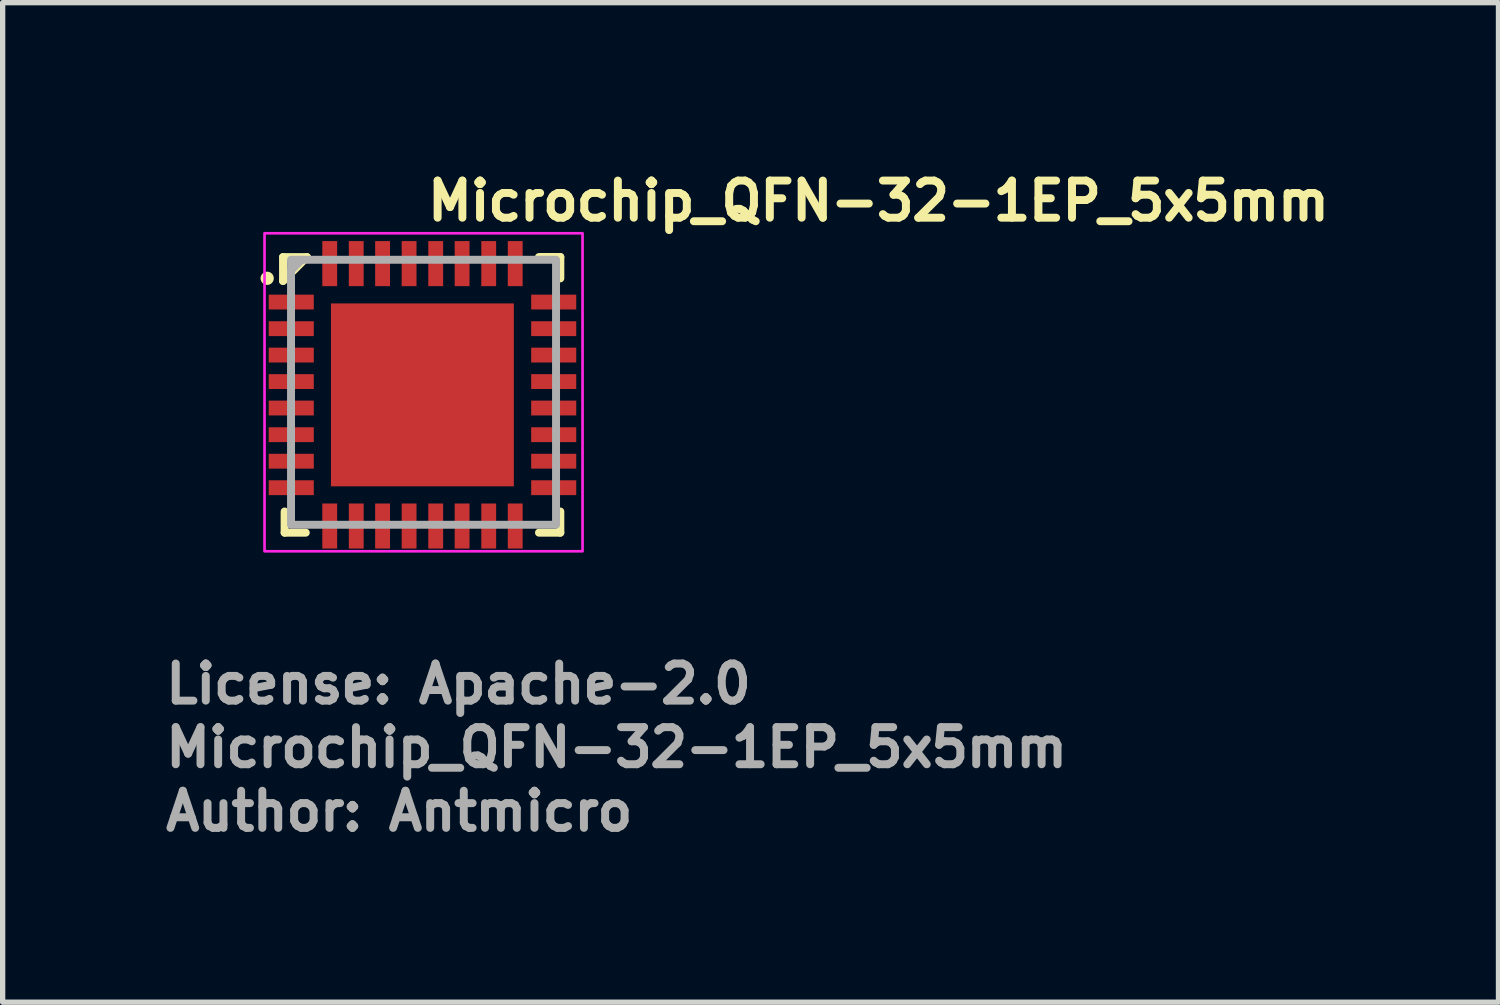
<source format=kicad_pcb>
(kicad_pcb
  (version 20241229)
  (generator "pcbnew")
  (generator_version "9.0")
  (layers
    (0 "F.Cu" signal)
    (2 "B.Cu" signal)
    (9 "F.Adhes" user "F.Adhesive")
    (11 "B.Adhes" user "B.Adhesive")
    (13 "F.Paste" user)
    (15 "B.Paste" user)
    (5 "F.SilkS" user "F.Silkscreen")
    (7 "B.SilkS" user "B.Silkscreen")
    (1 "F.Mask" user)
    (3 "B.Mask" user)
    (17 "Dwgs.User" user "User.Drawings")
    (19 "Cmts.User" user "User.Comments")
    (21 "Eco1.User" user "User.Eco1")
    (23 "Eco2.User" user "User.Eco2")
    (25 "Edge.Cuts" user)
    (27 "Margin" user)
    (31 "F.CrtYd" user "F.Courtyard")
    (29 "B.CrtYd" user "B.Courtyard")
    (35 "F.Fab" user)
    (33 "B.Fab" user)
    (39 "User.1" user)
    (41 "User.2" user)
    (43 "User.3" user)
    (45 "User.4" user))
  (footprint "Microchip_QFN-32-1EP_5x5mm"
    (layer "F.Cu")
    (at 4.94 4.35)
    (property "Reference" "Microchip_QFN-32-1EP_5x5mm" (at 0 -3.2 0) (layer "F.SilkS") (effects (font (size 0.7 0.7) (thickness 0.15)) (justify left bottom)))
    (attr smd)
    (fp_line (start -2.651 -2.55) (end -2.651 -2.1) (stroke (width 0.15) (type solid)) (layer "F.SilkS"))
    (fp_line (start -2.651 -2.55) (end -2.2 -2.55) (stroke (width 0.15) (type solid)) (layer "F.SilkS"))
    (fp_line (start -2.621 2.648) (end -2.621 2.249) (stroke (width 0.15) (type solid)) (layer "F.SilkS"))
    (fp_line (start -2.222 2.648) (end -2.621 2.648) (stroke (width 0.15) (type solid)) (layer "F.SilkS"))
    (fp_line (start -2.2 -2.55) (end -2.651 -2.1) (stroke (width 0.15) (type solid)) (layer "F.SilkS"))
    (fp_line (start 2.58 -2.552) (end 2.177 -2.552) (stroke (width 0.15) (type solid)) (layer "F.SilkS"))
    (fp_line (start 2.58 -2.552) (end 2.58 -2.149) (stroke (width 0.15) (type solid)) (layer "F.SilkS"))
    (fp_line (start 2.58 2.249) (end 2.58 2.648) (stroke (width 0.15) (type solid)) (layer "F.SilkS"))
    (fp_line (start 2.58 2.648) (end 2.177 2.648) (stroke (width 0.15) (type solid)) (layer "F.SilkS"))
    (fp_circle (center -2.95 -2.15) (end -2.9 -2.15) (stroke (width 0.15) (type solid)) (fill yes) (layer "F.SilkS"))
    (fp_rect (start -3 -3) (end 2.999 2.999) (stroke (width 0.05) (type solid)) (fill no) (layer "F.CrtYd"))
    (fp_line (start -2.5 -2.299) (end -2.299 -2.5) (stroke (width 0.15) (type solid)) (layer "F.Fab"))
    (fp_rect (start -2.5 -2.5) (end 2.499 2.499) (stroke (width 0.15) (type solid)) (fill no) (layer "F.Fab"))
    (fp_rect (start -2.5 -2.5) (end 2.499 2.499) (stroke (width 0.1) (type solid)) (fill no) (layer "User.5"))
    (fp_line (start -2.5 -2.5) (end -2.5 2.499) (stroke (width 0.02) (type solid)) (layer "User.9"))
    (fp_line (start -2.5 -1.875) (end -2.5 -1.875) (stroke (width 0.02) (type solid)) (layer "User.9"))
    (fp_line (start -2.5 -1.625) (end -2.5 -1.875) (stroke (width 0.02) (type solid)) (layer "User.9"))
    (fp_line (start -2.5 -1.625) (end -2.5 -1.625) (stroke (width 0.02) (type solid)) (layer "User.9"))
    (fp_line (start -2.5 -1.375) (end -2.5 -1.375) (stroke (width 0.02) (type solid)) (layer "User.9"))
    (fp_line (start -2.5 -1.125) (end -2.5 -1.375) (stroke (width 0.02) (type solid)) (layer "User.9"))
    (fp_line (start -2.5 -1.125) (end -2.5 -1.125) (stroke (width 0.02) (type solid)) (layer "User.9"))
    (fp_line (start -2.5 -0.875) (end -2.5 -0.875) (stroke (width 0.02) (type solid)) (layer "User.9"))
    (fp_line (start -2.5 -0.625) (end -2.5 -0.875) (stroke (width 0.02) (type solid)) (layer "User.9"))
    (fp_line (start -2.5 -0.625) (end -2.5 -0.625) (stroke (width 0.02) (type solid)) (layer "User.9"))
    (fp_line (start -2.5 -0.375) (end -2.5 -0.375) (stroke (width 0.02) (type solid)) (layer "User.9"))
    (fp_line (start -2.5 -0.125) (end -2.5 -0.375) (stroke (width 0.02) (type solid)) (layer "User.9"))
    (fp_line (start -2.5 -0.125) (end -2.5 -0.125) (stroke (width 0.02) (type solid)) (layer "User.9"))
    (fp_line (start -2.5 0.122) (end -2.5 0.122) (stroke (width 0.02) (type solid)) (layer "User.9"))
    (fp_line (start -2.5 0.372) (end -2.5 0.122) (stroke (width 0.02) (type solid)) (layer "User.9"))
    (fp_line (start -2.5 0.372) (end -2.5 0.372) (stroke (width 0.02) (type solid)) (layer "User.9"))
    (fp_line (start -2.5 0.622) (end -2.5 0.622) (stroke (width 0.02) (type solid)) (layer "User.9"))
    (fp_line (start -2.5 0.872) (end -2.5 0.622) (stroke (width 0.02) (type solid)) (layer "User.9"))
    (fp_line (start -2.5 0.872) (end -2.5 0.872) (stroke (width 0.02) (type solid)) (layer "User.9"))
    (fp_line (start -2.5 1.124) (end -2.5 1.124) (stroke (width 0.02) (type solid)) (layer "User.9"))
    (fp_line (start -2.5 1.374) (end -2.5 1.124) (stroke (width 0.02) (type solid)) (layer "User.9"))
    (fp_line (start -2.5 1.374) (end -2.5 1.374) (stroke (width 0.02) (type solid)) (layer "User.9"))
    (fp_line (start -2.5 1.624) (end -2.5 1.624) (stroke (width 0.02) (type solid)) (layer "User.9"))
    (fp_line (start -2.5 1.874) (end -2.5 1.624) (stroke (width 0.02) (type solid)) (layer "User.9"))
    (fp_line (start -2.5 1.874) (end -2.5 1.874) (stroke (width 0.02) (type solid)) (layer "User.9"))
    (fp_line (start -2.5 2.499) (end 2.499 2.499) (stroke (width 0.02) (type solid)) (layer "User.9"))
    (fp_line (start -2 -1.873) (end -2 -1.867) (stroke (width 0.02) (type solid)) (layer "User.9"))
    (fp_line (start -2 -1.867) (end -2 -1.859) (stroke (width 0.02) (type solid)) (layer "User.9"))
    (fp_line (start -2 -1.859) (end -2 -1.851) (stroke (width 0.02) (type solid)) (layer "User.9"))
    (fp_line (start -2 -1.851) (end -2 -1.851) (stroke (width 0.02) (type solid)) (layer "User.9"))
    (fp_line (start -2 -1.851) (end -2 -1.843) (stroke (width 0.02) (type solid)) (layer "User.9"))
    (fp_line (start -2 -1.843) (end -2 -1.835) (stroke (width 0.02) (type solid)) (layer "User.9"))
    (fp_line (start -2 -1.835) (end -2 -1.829) (stroke (width 0.02) (type solid)) (layer "User.9"))
    (fp_line (start -2 -1.829) (end -1.998 -1.821) (stroke (width 0.02) (type solid)) (layer "User.9"))
    (fp_line (start -1.998 -1.881) (end -2 -1.873) (stroke (width 0.02) (type solid)) (layer "User.9"))
    (fp_line (start -1.998 -1.821) (end -1.996 -1.813) (stroke (width 0.02) (type solid)) (layer "User.9"))
    (fp_line (start -1.996 -1.889) (end -1.998 -1.881) (stroke (width 0.02) (type solid)) (layer "User.9"))
    (fp_line (start -1.996 -1.813) (end -1.994 -1.807) (stroke (width 0.02) (type solid)) (layer "User.9"))
    (fp_line (start -1.994 -1.895) (end -1.996 -1.889) (stroke (width 0.02) (type solid)) (layer "User.9"))
    (fp_line (start -1.994 -1.807) (end -1.992 -1.799) (stroke (width 0.02) (type solid)) (layer "User.9"))
    (fp_line (start -1.992 -1.903) (end -1.994 -1.895) (stroke (width 0.02) (type solid)) (layer "User.9"))
    (fp_line (start -1.992 -1.799) (end -1.99 -1.792) (stroke (width 0.02) (type solid)) (layer "User.9"))
    (fp_line (start -1.99 -1.909) (end -1.992 -1.903) (stroke (width 0.02) (type solid)) (layer "User.9"))
    (fp_line (start -1.99 -1.792) (end -1.986 -1.786) (stroke (width 0.02) (type solid)) (layer "User.9"))
    (fp_line (start -1.986 -1.917) (end -1.99 -1.909) (stroke (width 0.02) (type solid)) (layer "User.9"))
    (fp_line (start -1.986 -1.786) (end -1.982 -1.78) (stroke (width 0.02) (type solid)) (layer "User.9"))
    (fp_line (start -1.982 -1.922) (end -1.986 -1.917) (stroke (width 0.02) (type solid)) (layer "User.9"))
    (fp_line (start -1.982 -1.78) (end -1.98 -1.774) (stroke (width 0.02) (type solid)) (layer "User.9"))
    (fp_line (start -1.98 -1.928) (end -1.982 -1.922) (stroke (width 0.02) (type solid)) (layer "User.9"))
    (fp_line (start -1.98 -1.774) (end -1.976 -1.768) (stroke (width 0.02) (type solid)) (layer "User.9"))
    (fp_line (start -1.976 -1.934) (end -1.98 -1.928) (stroke (width 0.02) (type solid)) (layer "User.9"))
    (fp_line (start -1.976 -1.768) (end -1.972 -1.762) (stroke (width 0.02) (type solid)) (layer "User.9"))
    (fp_line (start -1.972 -1.94) (end -1.976 -1.934) (stroke (width 0.02) (type solid)) (layer "User.9"))
    (fp_line (start -1.972 -1.762) (end -1.966 -1.756) (stroke (width 0.02) (type solid)) (layer "User.9"))
    (fp_line (start -1.966 -1.946) (end -1.972 -1.94) (stroke (width 0.02) (type solid)) (layer "User.9"))
    (fp_line (start -1.966 -1.756) (end -1.962 -1.75) (stroke (width 0.02) (type solid)) (layer "User.9"))
    (fp_line (start -1.962 -1.952) (end -1.966 -1.946) (stroke (width 0.02) (type solid)) (layer "User.9"))
    (fp_line (start -1.962 -1.75) (end -1.958 -1.744) (stroke (width 0.02) (type solid)) (layer "User.9"))
    (fp_line (start -1.958 -1.958) (end -1.962 -1.952) (stroke (width 0.02) (type solid)) (layer "User.9"))
    (fp_line (start -1.958 -1.744) (end -1.952 -1.74) (stroke (width 0.02) (type solid)) (layer "User.9"))
    (fp_line (start -1.952 -1.962) (end -1.958 -1.958) (stroke (width 0.02) (type solid)) (layer "User.9"))
    (fp_line (start -1.952 -1.74) (end -1.946 -1.736) (stroke (width 0.02) (type solid)) (layer "User.9"))
    (fp_line (start -1.946 -1.966) (end -1.952 -1.962) (stroke (width 0.02) (type solid)) (layer "User.9"))
    (fp_line (start -1.946 -1.736) (end -1.94 -1.73) (stroke (width 0.02) (type solid)) (layer "User.9"))
    (fp_line (start -1.94 -1.972) (end -1.946 -1.966) (stroke (width 0.02) (type solid)) (layer "User.9"))
    (fp_line (start -1.94 -1.73) (end -1.934 -1.726) (stroke (width 0.02) (type solid)) (layer "User.9"))
    (fp_line (start -1.934 -1.976) (end -1.94 -1.972) (stroke (width 0.02) (type solid)) (layer "User.9"))
    (fp_line (start -1.934 -1.726) (end -1.928 -1.722) (stroke (width 0.02) (type solid)) (layer "User.9"))
    (fp_line (start -1.928 -1.98) (end -1.934 -1.976) (stroke (width 0.02) (type solid)) (layer "User.9"))
    (fp_line (start -1.928 -1.722) (end -1.922 -1.72) (stroke (width 0.02) (type solid)) (layer "User.9"))
    (fp_line (start -1.922 -1.982) (end -1.928 -1.98) (stroke (width 0.02) (type solid)) (layer "User.9"))
    (fp_line (start -1.922 -1.72) (end -1.917 -1.716) (stroke (width 0.02) (type solid)) (layer "User.9"))
    (fp_line (start -1.917 -1.986) (end -1.922 -1.982) (stroke (width 0.02) (type solid)) (layer "User.9"))
    (fp_line (start -1.917 -1.716) (end -1.909 -1.712) (stroke (width 0.02) (type solid)) (layer "User.9"))
    (fp_line (start -1.909 -1.99) (end -1.917 -1.986) (stroke (width 0.02) (type solid)) (layer "User.9"))
    (fp_line (start -1.909 -1.712) (end -1.903 -1.71) (stroke (width 0.02) (type solid)) (layer "User.9"))
    (fp_line (start -1.903 -1.992) (end -1.909 -1.99) (stroke (width 0.02) (type solid)) (layer "User.9"))
    (fp_line (start -1.903 -1.71) (end -1.895 -1.708) (stroke (width 0.02) (type solid)) (layer "User.9"))
    (fp_line (start -1.895 -1.994) (end -1.903 -1.992) (stroke (width 0.02) (type solid)) (layer "User.9"))
    (fp_line (start -1.895 -1.708) (end -1.889 -1.706) (stroke (width 0.02) (type solid)) (layer "User.9"))
    (fp_line (start -1.889 -1.996) (end -1.895 -1.994) (stroke (width 0.02) (type solid)) (layer "User.9"))
    (fp_line (start -1.889 -1.706) (end -1.881 -1.704) (stroke (width 0.02) (type solid)) (layer "User.9"))
    (fp_line (start -1.881 -1.998) (end -1.889 -1.996) (stroke (width 0.02) (type solid)) (layer "User.9"))
    (fp_line (start -1.881 -1.704) (end -1.873 -1.702) (stroke (width 0.02) (type solid)) (layer "User.9"))
    (fp_line (start -1.875 -2.5) (end -1.875 -2.5) (stroke (width 0.02) (type solid)) (layer "User.9"))
    (fp_line (start -1.875 -2.5) (end -1.625 -2.5) (stroke (width 0.02) (type solid)) (layer "User.9"))
    (fp_line (start -1.875 2.499) (end -1.875 2.499) (stroke (width 0.02) (type solid)) (layer "User.9"))
    (fp_line (start -1.875 2.499) (end -1.625 2.499) (stroke (width 0.02) (type solid)) (layer "User.9"))
    (fp_line (start -1.873 -2) (end -1.881 -1.998) (stroke (width 0.02) (type solid)) (layer "User.9"))
    (fp_line (start -1.873 -1.702) (end -1.867 -1.702) (stroke (width 0.02) (type solid)) (layer "User.9"))
    (fp_line (start -1.867 -2) (end -1.873 -2) (stroke (width 0.02) (type solid)) (layer "User.9"))
    (fp_line (start -1.867 -1.702) (end -1.859 -1.702) (stroke (width 0.02) (type solid)) (layer "User.9"))
    (fp_line (start -1.859 -2) (end -1.867 -2) (stroke (width 0.02) (type solid)) (layer "User.9"))
    (fp_line (start -1.859 -1.702) (end -1.851 -1.702) (stroke (width 0.02) (type solid)) (layer "User.9"))
    (fp_line (start -1.851 -2) (end -1.859 -2) (stroke (width 0.02) (type solid)) (layer "User.9"))
    (fp_line (start -1.851 -1.702) (end -1.843 -1.702) (stroke (width 0.02) (type solid)) (layer "User.9"))
    (fp_line (start -1.843 -2) (end -1.851 -2) (stroke (width 0.02) (type solid)) (layer "User.9"))
    (fp_line (start -1.843 -1.702) (end -1.835 -1.702) (stroke (width 0.02) (type solid)) (layer "User.9"))
    (fp_line (start -1.835 -2) (end -1.843 -2) (stroke (width 0.02) (type solid)) (layer "User.9"))
    (fp_line (start -1.835 -1.702) (end -1.829 -1.702) (stroke (width 0.02) (type solid)) (layer "User.9"))
    (fp_line (start -1.829 -2) (end -1.835 -2) (stroke (width 0.02) (type solid)) (layer "User.9"))
    (fp_line (start -1.829 -1.702) (end -1.821 -1.704) (stroke (width 0.02) (type solid)) (layer "User.9"))
    (fp_line (start -1.821 -1.998) (end -1.829 -2) (stroke (width 0.02) (type solid)) (layer "User.9"))
    (fp_line (start -1.821 -1.704) (end -1.813 -1.706) (stroke (width 0.02) (type solid)) (layer "User.9"))
    (fp_line (start -1.813 -1.996) (end -1.821 -1.998) (stroke (width 0.02) (type solid)) (layer "User.9"))
    (fp_line (start -1.813 -1.706) (end -1.807 -1.708) (stroke (width 0.02) (type solid)) (layer "User.9"))
    (fp_line (start -1.807 -1.994) (end -1.813 -1.996) (stroke (width 0.02) (type solid)) (layer "User.9"))
    (fp_line (start -1.807 -1.708) (end -1.799 -1.71) (stroke (width 0.02) (type solid)) (layer "User.9"))
    (fp_line (start -1.799 -1.992) (end -1.807 -1.994) (stroke (width 0.02) (type solid)) (layer "User.9"))
    (fp_line (start -1.799 -1.71) (end -1.792 -1.712) (stroke (width 0.02) (type solid)) (layer "User.9"))
    (fp_line (start -1.792 -1.99) (end -1.799 -1.992) (stroke (width 0.02) (type solid)) (layer "User.9"))
    (fp_line (start -1.792 -1.712) (end -1.786 -1.716) (stroke (width 0.02) (type solid)) (layer "User.9"))
    (fp_line (start -1.786 -1.986) (end -1.792 -1.99) (stroke (width 0.02) (type solid)) (layer "User.9"))
    (fp_line (start -1.786 -1.716) (end -1.78 -1.72) (stroke (width 0.02) (type solid)) (layer "User.9"))
    (fp_line (start -1.78 -1.982) (end -1.786 -1.986) (stroke (width 0.02) (type solid)) (layer "User.9"))
    (fp_line (start -1.78 -1.72) (end -1.774 -1.722) (stroke (width 0.02) (type solid)) (layer "User.9"))
    (fp_line (start -1.774 -1.98) (end -1.78 -1.982) (stroke (width 0.02) (type solid)) (layer "User.9"))
    (fp_line (start -1.774 -1.722) (end -1.768 -1.726) (stroke (width 0.02) (type solid)) (layer "User.9"))
    (fp_line (start -1.768 -1.976) (end -1.774 -1.98) (stroke (width 0.02) (type solid)) (layer "User.9"))
    (fp_line (start -1.768 -1.726) (end -1.762 -1.73) (stroke (width 0.02) (type solid)) (layer "User.9"))
    (fp_line (start -1.762 -1.972) (end -1.768 -1.976) (stroke (width 0.02) (type solid)) (layer "User.9"))
    (fp_line (start -1.762 -1.73) (end -1.756 -1.736) (stroke (width 0.02) (type solid)) (layer "User.9"))
    (fp_line (start -1.756 -1.966) (end -1.762 -1.972) (stroke (width 0.02) (type solid)) (layer "User.9"))
    (fp_line (start -1.756 -1.736) (end -1.75 -1.74) (stroke (width 0.02) (type solid)) (layer "User.9"))
    (fp_line (start -1.75 -1.962) (end -1.756 -1.966) (stroke (width 0.02) (type solid)) (layer "User.9"))
    (fp_line (start -1.75 -1.74) (end -1.744 -1.744) (stroke (width 0.02) (type solid)) (layer "User.9"))
    (fp_line (start -1.744 -1.958) (end -1.75 -1.962) (stroke (width 0.02) (type solid)) (layer "User.9"))
    (fp_line (start -1.744 -1.744) (end -1.74 -1.75) (stroke (width 0.02) (type solid)) (layer "User.9"))
    (fp_line (start -1.74 -1.952) (end -1.744 -1.958) (stroke (width 0.02) (type solid)) (layer "User.9"))
    (fp_line (start -1.74 -1.75) (end -1.736 -1.756) (stroke (width 0.02) (type solid)) (layer "User.9"))
    (fp_line (start -1.736 -1.946) (end -1.74 -1.952) (stroke (width 0.02) (type solid)) (layer "User.9"))
    (fp_line (start -1.736 -1.756) (end -1.73 -1.762) (stroke (width 0.02) (type solid)) (layer "User.9"))
    (fp_line (start -1.73 -1.94) (end -1.736 -1.946) (stroke (width 0.02) (type solid)) (layer "User.9"))
    (fp_line (start -1.73 -1.762) (end -1.726 -1.768) (stroke (width 0.02) (type solid)) (layer "User.9"))
    (fp_line (start -1.726 -1.934) (end -1.73 -1.94) (stroke (width 0.02) (type solid)) (layer "User.9"))
    (fp_line (start -1.726 -1.768) (end -1.722 -1.774) (stroke (width 0.02) (type solid)) (layer "User.9"))
    (fp_line (start -1.722 -1.928) (end -1.726 -1.934) (stroke (width 0.02) (type solid)) (layer "User.9"))
    (fp_line (start -1.722 -1.774) (end -1.72 -1.78) (stroke (width 0.02) (type solid)) (layer "User.9"))
    (fp_line (start -1.72 -1.922) (end -1.722 -1.928) (stroke (width 0.02) (type solid)) (layer "User.9"))
    (fp_line (start -1.72 -1.78) (end -1.716 -1.786) (stroke (width 0.02) (type solid)) (layer "User.9"))
    (fp_line (start -1.716 -1.917) (end -1.72 -1.922) (stroke (width 0.02) (type solid)) (layer "User.9"))
    (fp_line (start -1.716 -1.786) (end -1.712 -1.792) (stroke (width 0.02) (type solid)) (layer "User.9"))
    (fp_line (start -1.712 -1.909) (end -1.716 -1.917) (stroke (width 0.02) (type solid)) (layer "User.9"))
    (fp_line (start -1.712 -1.792) (end -1.71 -1.799) (stroke (width 0.02) (type solid)) (layer "User.9"))
    (fp_line (start -1.71 -1.903) (end -1.712 -1.909) (stroke (width 0.02) (type solid)) (layer "User.9"))
    (fp_line (start -1.71 -1.799) (end -1.708 -1.807) (stroke (width 0.02) (type solid)) (layer "User.9"))
    (fp_line (start -1.708 -1.895) (end -1.71 -1.903) (stroke (width 0.02) (type solid)) (layer "User.9"))
    (fp_line (start -1.708 -1.807) (end -1.706 -1.813) (stroke (width 0.02) (type solid)) (layer "User.9"))
    (fp_line (start -1.706 -1.889) (end -1.708 -1.895) (stroke (width 0.02) (type solid)) (layer "User.9"))
    (fp_line (start -1.706 -1.813) (end -1.704 -1.821) (stroke (width 0.02) (type solid)) (layer "User.9"))
    (fp_line (start -1.704 -1.881) (end -1.706 -1.889) (stroke (width 0.02) (type solid)) (layer "User.9"))
    (fp_line (start -1.704 -1.821) (end -1.702 -1.829) (stroke (width 0.02) (type solid)) (layer "User.9"))
    (fp_line (start -1.702 -1.873) (end -1.704 -1.881) (stroke (width 0.02) (type solid)) (layer "User.9"))
    (fp_line (start -1.702 -1.867) (end -1.702 -1.873) (stroke (width 0.02) (type solid)) (layer "User.9"))
    (fp_line (start -1.702 -1.859) (end -1.702 -1.867) (stroke (width 0.02) (type solid)) (layer "User.9"))
    (fp_line (start -1.702 -1.851) (end -1.702 -1.859) (stroke (width 0.02) (type solid)) (layer "User.9"))
    (fp_line (start -1.702 -1.851) (end -1.702 -1.851) (stroke (width 0.02) (type solid)) (layer "User.9"))
    (fp_line (start -1.702 -1.843) (end -1.702 -1.851) (stroke (width 0.02) (type solid)) (layer "User.9"))
    (fp_line (start -1.702 -1.835) (end -1.702 -1.843) (stroke (width 0.02) (type solid)) (layer "User.9"))
    (fp_line (start -1.702 -1.829) (end -1.702 -1.835) (stroke (width 0.02) (type solid)) (layer "User.9"))
    (fp_line (start -1.625 -2.5) (end -1.625 -2.5) (stroke (width 0.02) (type solid)) (layer "User.9"))
    (fp_line (start -1.625 2.499) (end -1.625 2.499) (stroke (width 0.02) (type solid)) (layer "User.9"))
    (fp_line (start -1.375 -2.5) (end -1.375 -2.5) (stroke (width 0.02) (type solid)) (layer "User.9"))
    (fp_line (start -1.375 -2.5) (end -1.125 -2.5) (stroke (width 0.02) (type solid)) (layer "User.9"))
    (fp_line (start -1.375 2.499) (end -1.375 2.499) (stroke (width 0.02) (type solid)) (layer "User.9"))
    (fp_line (start -1.375 2.499) (end -1.125 2.499) (stroke (width 0.02) (type solid)) (layer "User.9"))
    (fp_line (start -1.125 -2.5) (end -1.125 -2.5) (stroke (width 0.02) (type solid)) (layer "User.9"))
    (fp_line (start -1.125 2.499) (end -1.125 2.499) (stroke (width 0.02) (type solid)) (layer "User.9"))
    (fp_line (start -0.875 -2.5) (end -0.875 -2.5) (stroke (width 0.02) (type solid)) (layer "User.9"))
    (fp_line (start -0.875 -2.5) (end -0.625 -2.5) (stroke (width 0.02) (type solid)) (layer "User.9"))
    (fp_line (start -0.875 2.499) (end -0.875 2.499) (stroke (width 0.02) (type solid)) (layer "User.9"))
    (fp_line (start -0.875 2.499) (end -0.625 2.499) (stroke (width 0.02) (type solid)) (layer "User.9"))
    (fp_line (start -0.625 -2.5) (end -0.625 -2.5) (stroke (width 0.02) (type solid)) (layer "User.9"))
    (fp_line (start -0.625 2.499) (end -0.625 2.499) (stroke (width 0.02) (type solid)) (layer "User.9"))
    (fp_line (start -0.375 -2.5) (end -0.375 -2.5) (stroke (width 0.02) (type solid)) (layer "User.9"))
    (fp_line (start -0.375 -2.5) (end -0.125 -2.5) (stroke (width 0.02) (type solid)) (layer "User.9"))
    (fp_line (start -0.375 2.499) (end -0.375 2.499) (stroke (width 0.02) (type solid)) (layer "User.9"))
    (fp_line (start -0.375 2.499) (end -0.125 2.499) (stroke (width 0.02) (type solid)) (layer "User.9"))
    (fp_line (start -0.125 -2.5) (end -0.125 -2.5) (stroke (width 0.02) (type solid)) (layer "User.9"))
    (fp_line (start -0.125 2.499) (end -0.125 2.499) (stroke (width 0.02) (type solid)) (layer "User.9"))
    (fp_line (start 0.122 -2.5) (end 0.122 -2.5) (stroke (width 0.02) (type solid)) (layer "User.9"))
    (fp_line (start 0.122 2.499) (end 0.122 2.499) (stroke (width 0.02) (type solid)) (layer "User.9"))
    (fp_line (start 0.372 -2.5) (end 0.122 -2.5) (stroke (width 0.02) (type solid)) (layer "User.9"))
    (fp_line (start 0.372 -2.5) (end 0.372 -2.5) (stroke (width 0.02) (type solid)) (layer "User.9"))
    (fp_line (start 0.372 2.499) (end 0.122 2.499) (stroke (width 0.02) (type solid)) (layer "User.9"))
    (fp_line (start 0.372 2.499) (end 0.372 2.499) (stroke (width 0.02) (type solid)) (layer "User.9"))
    (fp_line (start 0.622 -2.5) (end 0.622 -2.5) (stroke (width 0.02) (type solid)) (layer "User.9"))
    (fp_line (start 0.622 2.499) (end 0.622 2.499) (stroke (width 0.02) (type solid)) (layer "User.9"))
    (fp_line (start 0.872 -2.5) (end 0.622 -2.5) (stroke (width 0.02) (type solid)) (layer "User.9"))
    (fp_line (start 0.872 -2.5) (end 0.872 -2.5) (stroke (width 0.02) (type solid)) (layer "User.9"))
    (fp_line (start 0.872 2.499) (end 0.622 2.499) (stroke (width 0.02) (type solid)) (layer "User.9"))
    (fp_line (start 0.872 2.499) (end 0.872 2.499) (stroke (width 0.02) (type solid)) (layer "User.9"))
    (fp_line (start 1.124 -2.5) (end 1.124 -2.5) (stroke (width 0.02) (type solid)) (layer "User.9"))
    (fp_line (start 1.124 2.499) (end 1.124 2.499) (stroke (width 0.02) (type solid)) (layer "User.9"))
    (fp_line (start 1.374 -2.5) (end 1.124 -2.5) (stroke (width 0.02) (type solid)) (layer "User.9"))
    (fp_line (start 1.374 -2.5) (end 1.374 -2.5) (stroke (width 0.02) (type solid)) (layer "User.9"))
    (fp_line (start 1.374 2.499) (end 1.124 2.499) (stroke (width 0.02) (type solid)) (layer "User.9"))
    (fp_line (start 1.374 2.499) (end 1.374 2.499) (stroke (width 0.02) (type solid)) (layer "User.9"))
    (fp_line (start 1.624 -2.5) (end 1.624 -2.5) (stroke (width 0.02) (type solid)) (layer "User.9"))
    (fp_line (start 1.624 2.499) (end 1.624 2.499) (stroke (width 0.02) (type solid)) (layer "User.9"))
    (fp_line (start 1.874 -2.5) (end 1.624 -2.5) (stroke (width 0.02) (type solid)) (layer "User.9"))
    (fp_line (start 1.874 -2.5) (end 1.874 -2.5) (stroke (width 0.02) (type solid)) (layer "User.9"))
    (fp_line (start 1.874 2.499) (end 1.624 2.499) (stroke (width 0.02) (type solid)) (layer "User.9"))
    (fp_line (start 1.874 2.499) (end 1.874 2.499) (stroke (width 0.02) (type solid)) (layer "User.9"))
    (fp_line (start 2.499 -2.5) (end -2.5 -2.5) (stroke (width 0.02) (type solid)) (layer "User.9"))
    (fp_line (start 2.499 -1.875) (end 2.499 -1.875) (stroke (width 0.02) (type solid)) (layer "User.9"))
    (fp_line (start 2.499 -1.625) (end 2.499 -1.875) (stroke (width 0.02) (type solid)) (layer "User.9"))
    (fp_line (start 2.499 -1.625) (end 2.499 -1.625) (stroke (width 0.02) (type solid)) (layer "User.9"))
    (fp_line (start 2.499 -1.375) (end 2.499 -1.375) (stroke (width 0.02) (type solid)) (layer "User.9"))
    (fp_line (start 2.499 -1.125) (end 2.499 -1.375) (stroke (width 0.02) (type solid)) (layer "User.9"))
    (fp_line (start 2.499 -1.125) (end 2.499 -1.125) (stroke (width 0.02) (type solid)) (layer "User.9"))
    (fp_line (start 2.499 -0.875) (end 2.499 -0.875) (stroke (width 0.02) (type solid)) (layer "User.9"))
    (fp_line (start 2.499 -0.625) (end 2.499 -0.875) (stroke (width 0.02) (type solid)) (layer "User.9"))
    (fp_line (start 2.499 -0.625) (end 2.499 -0.625) (stroke (width 0.02) (type solid)) (layer "User.9"))
    (fp_line (start 2.499 -0.375) (end 2.499 -0.375) (stroke (width 0.02) (type solid)) (layer "User.9"))
    (fp_line (start 2.499 -0.125) (end 2.499 -0.375) (stroke (width 0.02) (type solid)) (layer "User.9"))
    (fp_line (start 2.499 -0.125) (end 2.499 -0.125) (stroke (width 0.02) (type solid)) (layer "User.9"))
    (fp_line (start 2.499 0.122) (end 2.499 0.122) (stroke (width 0.02) (type solid)) (layer "User.9"))
    (fp_line (start 2.499 0.372) (end 2.499 0.122) (stroke (width 0.02) (type solid)) (layer "User.9"))
    (fp_line (start 2.499 0.372) (end 2.499 0.372) (stroke (width 0.02) (type solid)) (layer "User.9"))
    (fp_line (start 2.499 0.622) (end 2.499 0.622) (stroke (width 0.02) (type solid)) (layer "User.9"))
    (fp_line (start 2.499 0.872) (end 2.499 0.622) (stroke (width 0.02) (type solid)) (layer "User.9"))
    (fp_line (start 2.499 0.872) (end 2.499 0.872) (stroke (width 0.02) (type solid)) (layer "User.9"))
    (fp_line (start 2.499 1.124) (end 2.499 1.124) (stroke (width 0.02) (type solid)) (layer "User.9"))
    (fp_line (start 2.499 1.374) (end 2.499 1.124) (stroke (width 0.02) (type solid)) (layer "User.9"))
    (fp_line (start 2.499 1.374) (end 2.499 1.374) (stroke (width 0.02) (type solid)) (layer "User.9"))
    (fp_line (start 2.499 1.624) (end 2.499 1.624) (stroke (width 0.02) (type solid)) (layer "User.9"))
    (fp_line (start 2.499 1.874) (end 2.499 1.624) (stroke (width 0.02) (type solid)) (layer "User.9"))
    (fp_line (start 2.499 1.874) (end 2.499 1.874) (stroke (width 0.02) (type solid)) (layer "User.9"))
    (fp_line (start 2.499 2.499) (end 2.499 -2.5) (stroke (width 0.02) (type solid)) (layer "User.9"))
    (fp_text user "License: Apache-2.0" (at -4.94 5.91 0) (layer "F.Fab") (effects (font (size 0.7 0.7) (thickness 0.15)) (justify left bottom)))
    (fp_text user "${REFERENCE}" (at -4.94 7.11 0) (layer "F.Fab") (effects (font (size 0.7 0.7) (thickness 0.15)) (justify left bottom)))
    (fp_text user "Author: Antmicro" (at -4.94 8.31 0) (layer "F.Fab") (effects (font (size 0.7 0.7) (thickness 0.15)) (justify left bottom)))
    (pad "" smd roundrect (at -0.8 -0.8 270) (size 1.4 1.4) (layers "F.Paste") (roundrect_rratio 0.1))
    (pad "" smd roundrect (at -0.8 0.8 270) (size 1.4 1.4) (layers "F.Paste") (roundrect_rratio 0.1))
    (pad "" smd roundrect (at 0.8 -0.8 270) (size 1.4 1.4) (layers "F.Paste") (roundrect_rratio 0.1))
    (pad "" smd roundrect (at 0.8 0.8 270) (size 1.4 1.4) (layers "F.Paste") (roundrect_rratio 0.1))
    (pad "1" smd rect (at -2.496 -1.702 270) (size 0.28 0.85) (layers "F.Cu" "F.Mask" "F.Paste"))
    (pad "2" smd rect (at -2.496 -1.2 270) (size 0.28 0.85) (layers "F.Cu" "F.Mask" "F.Paste"))
    (pad "3" smd rect (at -2.496 -0.702 270) (size 0.28 0.85) (layers "F.Cu" "F.Mask" "F.Paste"))
    (pad "4" smd rect (at -2.496 -0.202 270) (size 0.28 0.85) (layers "F.Cu" "F.Mask" "F.Paste"))
    (pad "5" smd rect (at -2.496 0.297 270) (size 0.28 0.85) (layers "F.Cu" "F.Mask" "F.Paste"))
    (pad "6" smd rect (at -2.496 0.8 270) (size 0.28 0.85) (layers "F.Cu" "F.Mask" "F.Paste"))
    (pad "7" smd rect (at -2.496 1.3 270) (size 0.28 0.85) (layers "F.Cu" "F.Mask" "F.Paste"))
    (pad "8" smd rect (at -2.496 1.8 270) (size 0.28 0.85) (layers "F.Cu" "F.Mask" "F.Paste"))
    (pad "9" smd rect (at -1.77 2.523 270) (size 0.85 0.28) (layers "F.Cu" "F.Mask" "F.Paste"))
    (pad "10" smd rect (at -1.27 2.523 270) (size 0.85 0.28) (layers "F.Cu" "F.Mask" "F.Paste"))
    (pad "11" smd rect (at -0.773 2.523 270) (size 0.85 0.28) (layers "F.Cu" "F.Mask" "F.Paste"))
    (pad "12" smd rect (at -0.273 2.523 270) (size 0.85 0.28) (layers "F.Cu" "F.Mask" "F.Paste"))
    (pad "13" smd rect (at 0.229 2.523 270) (size 0.85 0.28) (layers "F.Cu" "F.Mask" "F.Paste"))
    (pad "14" smd rect (at 0.727 2.523 270) (size 0.85 0.28) (layers "F.Cu" "F.Mask" "F.Paste"))
    (pad "15" smd rect (at 1.229 2.523 270) (size 0.85 0.28) (layers "F.Cu" "F.Mask" "F.Paste"))
    (pad "16" smd rect (at 1.729 2.523 270) (size 0.85 0.28) (layers "F.Cu" "F.Mask" "F.Paste"))
    (pad "17" smd rect (at 2.455 1.8 270) (size 0.28 0.85) (layers "F.Cu" "F.Mask" "F.Paste"))
    (pad "18" smd rect (at 2.455 1.3 270) (size 0.28 0.85) (layers "F.Cu" "F.Mask" "F.Paste"))
    (pad "19" smd rect (at 2.455 0.8 270) (size 0.28 0.85) (layers "F.Cu" "F.Mask" "F.Paste"))
    (pad "20" smd rect (at 2.455 0.297 270) (size 0.28 0.85) (layers "F.Cu" "F.Mask" "F.Paste"))
    (pad "21" smd rect (at 2.455 -0.202 270) (size 0.28 0.85) (layers "F.Cu" "F.Mask" "F.Paste"))
    (pad "22" smd rect (at 2.455 -0.702 270) (size 0.28 0.85) (layers "F.Cu" "F.Mask" "F.Paste"))
    (pad "23" smd rect (at 2.455 -1.2 270) (size 0.28 0.85) (layers "F.Cu" "F.Mask" "F.Paste"))
    (pad "24" smd rect (at 2.455 -1.702 270) (size 0.28 0.85) (layers "F.Cu" "F.Mask" "F.Paste"))
    (pad "25" smd rect (at 1.729 -2.427 270) (size 0.85 0.28) (layers "F.Cu" "F.Mask" "F.Paste"))
    (pad "26" smd rect (at 1.229 -2.427 270) (size 0.85 0.28) (layers "F.Cu" "F.Mask" "F.Paste"))
    (pad "27" smd rect (at 0.727 -2.427 270) (size 0.85 0.28) (layers "F.Cu" "F.Mask" "F.Paste"))
    (pad "28" smd rect (at 0.229 -2.427 270) (size 0.85 0.28) (layers "F.Cu" "F.Mask" "F.Paste"))
    (pad "29" smd rect (at -0.273 -2.427 270) (size 0.85 0.28) (layers "F.Cu" "F.Mask" "F.Paste"))
    (pad "30" smd rect (at -0.773 -2.427 270) (size 0.85 0.28) (layers "F.Cu" "F.Mask" "F.Paste"))
    (pad "31" smd rect (at -1.27 -2.427 270) (size 0.85 0.28) (layers "F.Cu" "F.Mask" "F.Paste"))
    (pad "32" smd rect (at -1.77 -2.427 270) (size 0.85 0.28) (layers "F.Cu" "F.Mask" "F.Paste"))
    (pad "33" smd rect (at -0.022 0.049 270) (size 3.45 3.45) (layers "F.Cu" "F.Mask")))
  (gr_rect
    (start -3 -3)
    (end 25.217 15.855)
    (stroke (width 0.1) (type default))
    (fill no)
    (layer "Edge.Cuts")))
</source>
